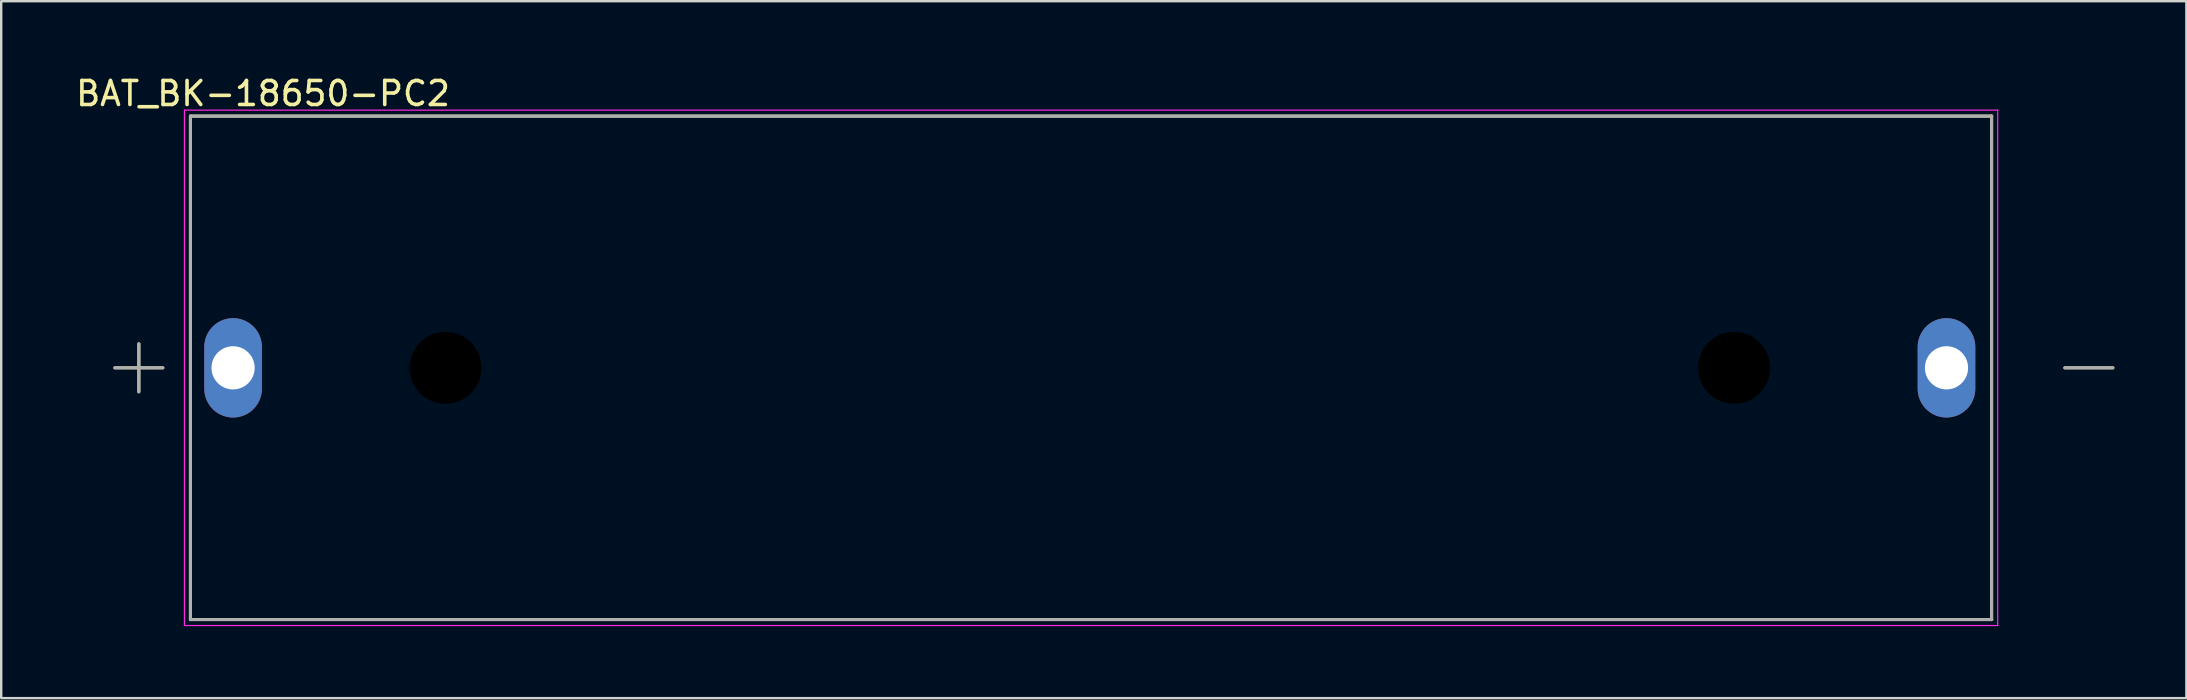
<source format=kicad_pcb>
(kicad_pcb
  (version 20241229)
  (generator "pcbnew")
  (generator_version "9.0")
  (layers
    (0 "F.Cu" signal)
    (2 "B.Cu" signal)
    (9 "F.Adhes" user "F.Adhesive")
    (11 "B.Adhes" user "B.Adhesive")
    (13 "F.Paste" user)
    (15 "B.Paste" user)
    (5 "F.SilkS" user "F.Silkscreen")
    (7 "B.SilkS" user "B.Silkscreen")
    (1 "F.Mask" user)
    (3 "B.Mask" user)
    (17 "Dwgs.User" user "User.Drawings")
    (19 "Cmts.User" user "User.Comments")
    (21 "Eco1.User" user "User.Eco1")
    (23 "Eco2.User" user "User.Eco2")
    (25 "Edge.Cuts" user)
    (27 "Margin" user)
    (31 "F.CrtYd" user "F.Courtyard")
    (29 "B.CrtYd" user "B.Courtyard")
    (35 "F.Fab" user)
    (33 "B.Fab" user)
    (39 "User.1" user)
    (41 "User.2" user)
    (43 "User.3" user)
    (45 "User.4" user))
  (footprint "BAT_BK-18650-PC2"
    (layer "F.Cu")
    (at 43.366 12.278)
    (property "Reference" "BAT_BK-18650-PC2" (at -35.455 -11.43 0) (layer "F.SilkS") (effects (font (size 1 1) (thickness 0.15))))
    (attr through_hole)
    (fp_line (start -41.63 0) (end -39.63 0) (stroke (width 0.127) (type solid)) (layer "F.SilkS"))
    (fp_line (start -40.63 -1) (end -40.63 1) (stroke (width 0.127) (type solid)) (layer "F.SilkS"))
    (fp_line (start -38.48 -10.49) (end 36.58 -10.49) (stroke (width 0.127) (type solid)) (layer "F.SilkS"))
    (fp_line (start -38.48 10.49) (end -38.48 -10.49) (stroke (width 0.127) (type solid)) (layer "F.SilkS"))
    (fp_line (start 36.576 -10.49) (end 36.576 10.49) (stroke (width 0.127) (type solid)) (layer "F.SilkS"))
    (fp_line (start 36.58 10.49) (end -38.48 10.49) (stroke (width 0.127) (type solid)) (layer "F.SilkS"))
    (fp_line (start 39.63 0) (end 41.63 0) (stroke (width 0.127) (type solid)) (layer "F.SilkS"))
    (fp_line (start -38.73 -10.74) (end 36.83 -10.74) (stroke (width 0.05) (type solid)) (layer "F.CrtYd"))
    (fp_line (start -38.73 10.74) (end -38.73 -10.74) (stroke (width 0.05) (type solid)) (layer "F.CrtYd"))
    (fp_line (start 36.83 -10.74) (end 36.83 10.74) (stroke (width 0.05) (type solid)) (layer "F.CrtYd"))
    (fp_line (start 36.83 10.74) (end -38.73 10.74) (stroke (width 0.05) (type solid)) (layer "F.CrtYd"))
    (fp_line (start -41.63 0) (end -39.63 0) (stroke (width 0.127) (type solid)) (layer "F.Fab"))
    (fp_line (start -40.63 -1) (end -40.63 1) (stroke (width 0.127) (type solid)) (layer "F.Fab"))
    (fp_line (start -38.48 -10.49) (end 36.58 -10.49) (stroke (width 0.127) (type solid)) (layer "F.Fab"))
    (fp_line (start -38.48 10.49) (end -38.48 -10.49) (stroke (width 0.127) (type solid)) (layer "F.Fab"))
    (fp_line (start 36.576 -10.49) (end 36.576 10.49) (stroke (width 0.127) (type solid)) (layer "F.Fab"))
    (fp_line (start 36.58 10.49) (end -38.48 10.49) (stroke (width 0.127) (type solid)) (layer "F.Fab"))
    (fp_line (start 39.63 0) (end 41.63 0) (stroke (width 0.127) (type solid)) (layer "F.Fab"))
    (pad "" np_thru_hole circle (at -27.853 0) (size 4 4) (drill 3) (layers "*.Mask"))
    (pad "" np_thru_hole circle (at 25.847 0) (size 4 4) (drill 3) (layers "*.Mask"))
    (pad "+" thru_hole oval (at -36.703 0) (size 2.4 4.14) (drill oval 1.8) (layers "*.Cu" "*.Mask"))
    (pad "-" thru_hole oval (at 34.697 0) (size 2.4 4.14) (drill oval 1.8) (layers "*.Cu" "*.Mask")))
  (gr_rect
    (start -3 -3)
    (end 88.059 26.043)
    (stroke (width 0.1) (type default))
    (fill no)
    (layer "Edge.Cuts")))
</source>
